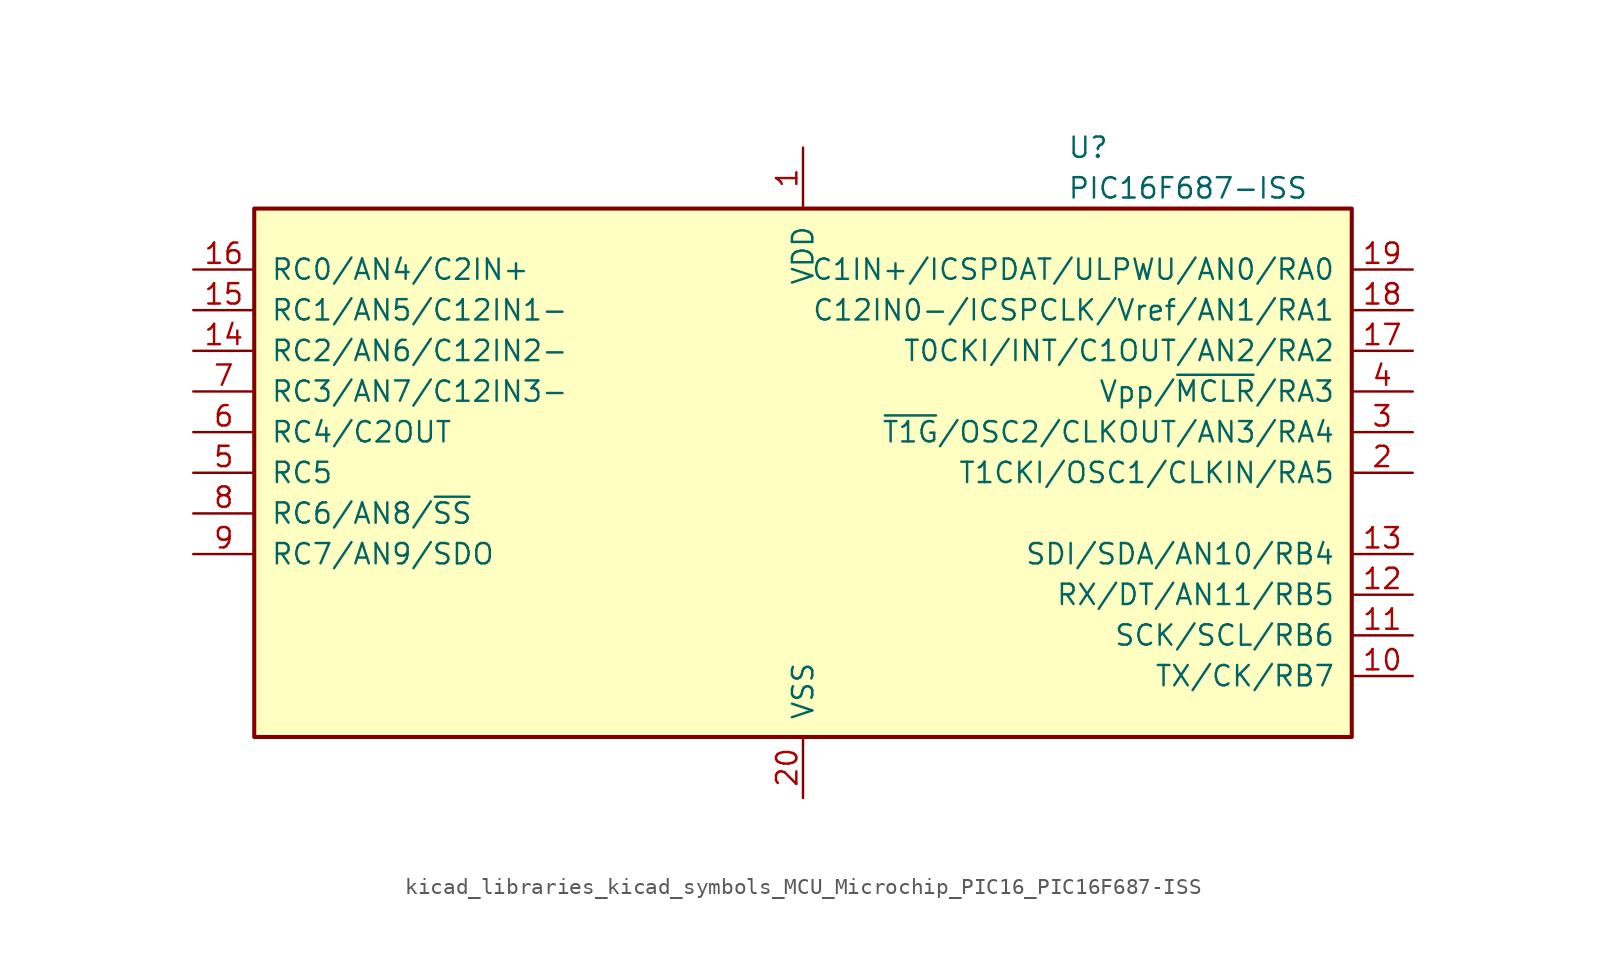
<source format=kicad_sym>
(kicad_symbol_lib
  (version 20220914)
  (generator kicad_symbol_editor)
  (symbol "kicad_libraries_kicad_symbols_MCU_Microchip_PIC16_PIC16F687-ISS"
    (pin_names
      (offset 1.016))
    (property "Reference" "U"
      (at 16.51 20.32 0)
      (effects (font (size 1.27 1.27)) (justify left)))
    (property "Value" "PIC16F687-ISS"
      (at 16.51 17.78 0)
      (effects (font (size 1.27 1.27)) (justify left)))
    (symbol "kicad_libraries_kicad_symbols_MCU_Microchip_PIC16_PIC16F687-ISS_0_1"
      (rectangle (start -34.29 16.51) (end 34.29 -16.51) (stroke (width 0.254) (type default)) (fill (type background))))
    (symbol "kicad_libraries_kicad_symbols_MCU_Microchip_PIC16_PIC16F687-ISS_1_1"
      (pin power_in line (at 0 20.32 270) (length 3.81) (name "VDD" (effects (font (size 1.27 1.27)))) (number "1" (effects (font (size 1.27 1.27)))))
      (pin bidirectional line (at 38.1 -12.7 180) (length 3.81) (name "TX/CK/RB7" (effects (font (size 1.27 1.27)))) (number "10" (effects (font (size 1.27 1.27)))))
      (pin bidirectional line (at 38.1 -10.16 180) (length 3.81) (name "SCK/SCL/RB6" (effects (font (size 1.27 1.27)))) (number "11" (effects (font (size 1.27 1.27)))))
      (pin bidirectional line (at 38.1 -7.62 180) (length 3.81) (name "RX/DT/AN11/RB5" (effects (font (size 1.27 1.27)))) (number "12" (effects (font (size 1.27 1.27)))))
      (pin bidirectional line (at 38.1 -5.08 180) (length 3.81) (name "SDI/SDA/AN10/RB4" (effects (font (size 1.27 1.27)))) (number "13" (effects (font (size 1.27 1.27)))))
      (pin bidirectional line (at -38.1 7.62 0) (length 3.81) (name "RC2/AN6/C12IN2-" (effects (font (size 1.27 1.27)))) (number "14" (effects (font (size 1.27 1.27)))))
      (pin bidirectional line (at -38.1 10.16 0) (length 3.81) (name "RC1/AN5/C12IN1-" (effects (font (size 1.27 1.27)))) (number "15" (effects (font (size 1.27 1.27)))))
      (pin bidirectional line (at -38.1 12.7 0) (length 3.81) (name "RC0/AN4/C2IN+" (effects (font (size 1.27 1.27)))) (number "16" (effects (font (size 1.27 1.27)))))
      (pin bidirectional line (at 38.1 7.62 180) (length 3.81) (name "T0CKI/INT/C1OUT/AN2/RA2" (effects (font (size 1.27 1.27)))) (number "17" (effects (font (size 1.27 1.27)))))
      (pin bidirectional line (at 38.1 10.16 180) (length 3.81) (name "C12IN0-/ICSPCLK/Vref/AN1/RA1" (effects (font (size 1.27 1.27)))) (number "18" (effects (font (size 1.27 1.27)))))
      (pin bidirectional line (at 38.1 12.7 180) (length 3.81) (name "C1IN+/ICSPDAT/ULPWU/AN0/RA0" (effects (font (size 1.27 1.27)))) (number "19" (effects (font (size 1.27 1.27)))))
      (pin bidirectional line (at 38.1 0 180) (length 3.81) (name "T1CKI/OSC1/CLKIN/RA5" (effects (font (size 1.27 1.27)))) (number "2" (effects (font (size 1.27 1.27)))))
      (pin power_in line (at 0 -20.32 90) (length 3.81) (name "VSS" (effects (font (size 1.27 1.27)))) (number "20" (effects (font (size 1.27 1.27)))))
      (pin bidirectional line (at 38.1 2.54 180) (length 3.81) (name "~{T1G}/OSC2/CLKOUT/AN3/RA4" (effects (font (size 1.27 1.27)))) (number "3" (effects (font (size 1.27 1.27)))))
      (pin input line (at 38.1 5.08 180) (length 3.81) (name "Vpp/~{MCLR}/RA3" (effects (font (size 1.27 1.27)))) (number "4" (effects (font (size 1.27 1.27)))))
      (pin bidirectional line (at -38.1 0 0) (length 3.81) (name "RC5" (effects (font (size 1.27 1.27)))) (number "5" (effects (font (size 1.27 1.27)))))
      (pin bidirectional line (at -38.1 2.54 0) (length 3.81) (name "RC4/C2OUT" (effects (font (size 1.27 1.27)))) (number "6" (effects (font (size 1.27 1.27)))))
      (pin bidirectional line (at -38.1 5.08 0) (length 3.81) (name "RC3/AN7/C12IN3-" (effects (font (size 1.27 1.27)))) (number "7" (effects (font (size 1.27 1.27)))))
      (pin bidirectional line (at -38.1 -2.54 0) (length 3.81) (name "RC6/AN8/~{SS}" (effects (font (size 1.27 1.27)))) (number "8" (effects (font (size 1.27 1.27)))))
      (pin bidirectional line (at -38.1 -5.08 0) (length 3.81) (name "RC7/AN9/SDO" (effects (font (size 1.27 1.27)))) (number "9" (effects (font (size 1.27 1.27))))))))
</source>
